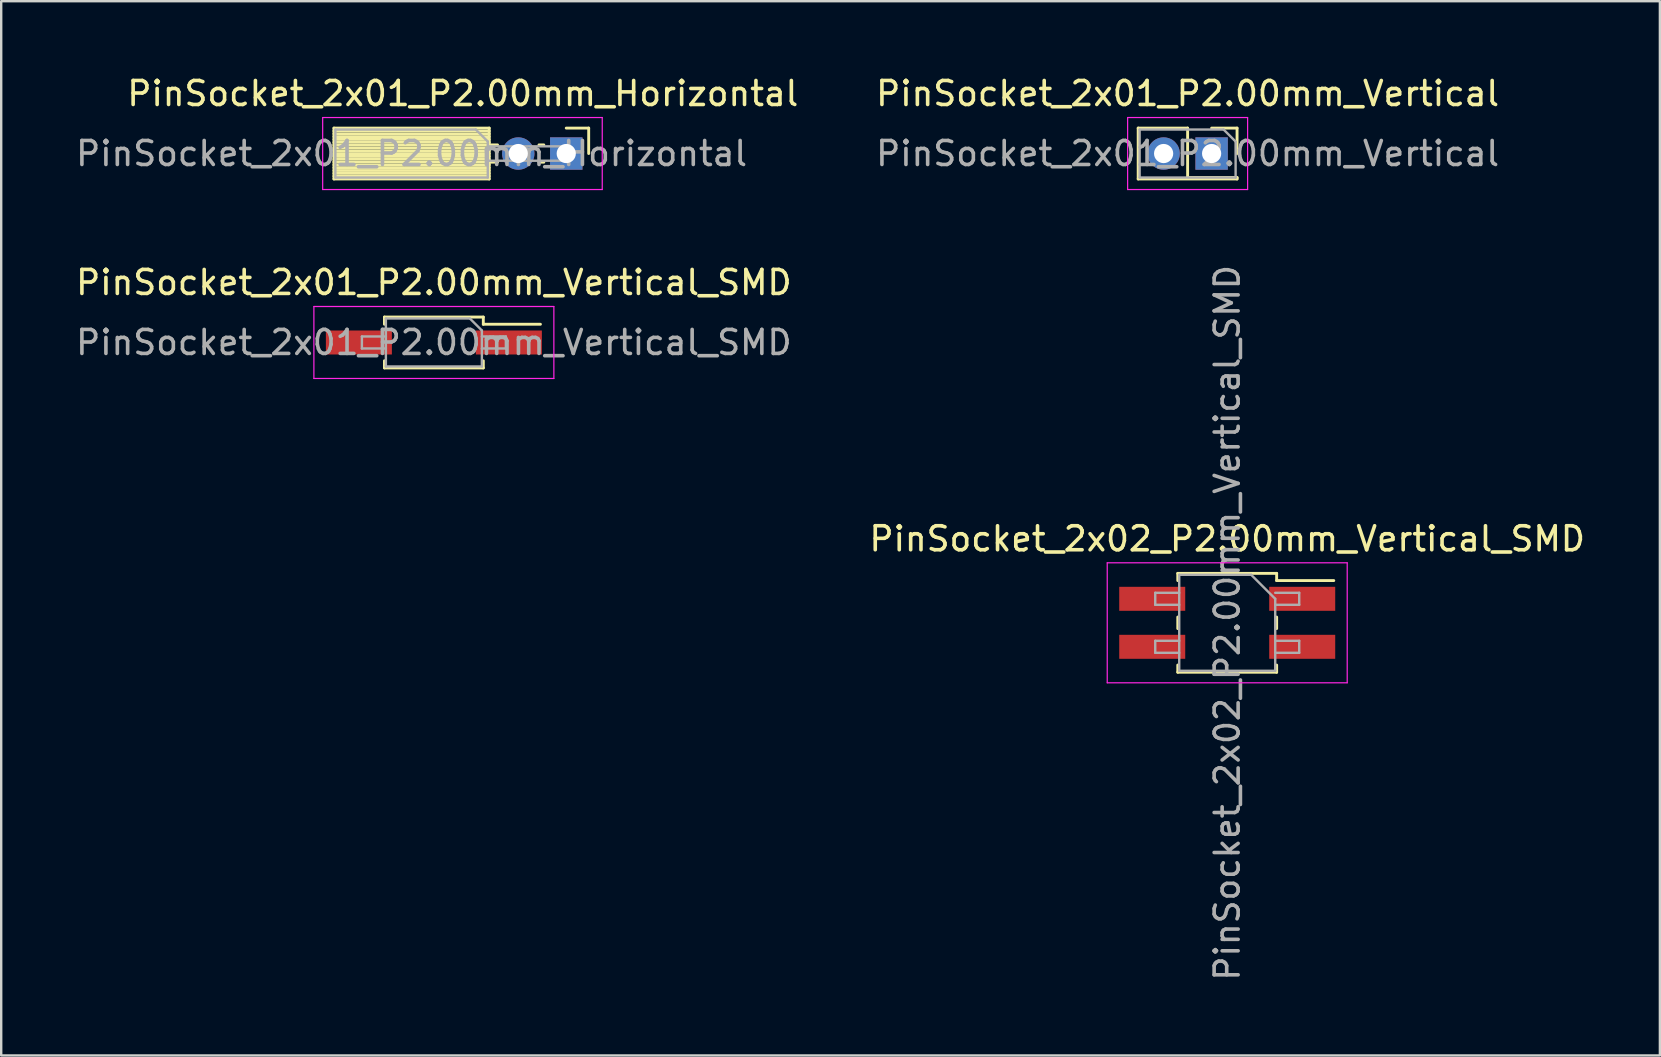
<source format=kicad_pcb>
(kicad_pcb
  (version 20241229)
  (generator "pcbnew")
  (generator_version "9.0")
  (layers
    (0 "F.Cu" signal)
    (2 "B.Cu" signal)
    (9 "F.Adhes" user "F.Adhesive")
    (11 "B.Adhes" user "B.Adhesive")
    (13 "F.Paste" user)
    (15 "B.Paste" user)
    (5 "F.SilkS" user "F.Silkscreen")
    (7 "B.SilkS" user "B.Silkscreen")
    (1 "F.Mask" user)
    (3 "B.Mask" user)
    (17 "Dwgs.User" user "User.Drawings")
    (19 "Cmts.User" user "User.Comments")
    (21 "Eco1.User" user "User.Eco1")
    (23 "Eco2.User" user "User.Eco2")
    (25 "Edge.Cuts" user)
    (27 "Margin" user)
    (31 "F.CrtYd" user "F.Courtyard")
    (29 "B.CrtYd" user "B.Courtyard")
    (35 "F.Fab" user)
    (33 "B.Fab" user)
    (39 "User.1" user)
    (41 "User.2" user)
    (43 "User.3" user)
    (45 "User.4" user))
  (footprint "PinSocket_2x01_P2.00mm_Vertical_SMD"
    (layer "F.Cu")
    (at 15.03 11.222)
    (property "Reference" "PinSocket_2x01_P2.00mm_Vertical_SMD" (at 0 -2.5 0) (layer "F.SilkS") (effects (font (size 1 1) (thickness 0.15))))
    (attr smd)
    (fp_line (start -2.06 -1.06) (end -2.06 -0.76) (stroke (width 0.12) (type solid)) (layer "F.SilkS"))
    (fp_line (start -2.06 -1.06) (end 2.06 -1.06) (stroke (width 0.12) (type solid)) (layer "F.SilkS"))
    (fp_line (start -2.06 0.76) (end -2.06 1.06) (stroke (width 0.12) (type solid)) (layer "F.SilkS"))
    (fp_line (start -2.06 1.06) (end 2.06 1.06) (stroke (width 0.12) (type solid)) (layer "F.SilkS"))
    (fp_line (start 2.06 -1.06) (end 2.06 -0.76) (stroke (width 0.12) (type solid)) (layer "F.SilkS"))
    (fp_line (start 2.06 -0.76) (end 4.44 -0.76) (stroke (width 0.12) (type solid)) (layer "F.SilkS"))
    (fp_line (start 2.06 0.76) (end 2.06 1.06) (stroke (width 0.12) (type solid)) (layer "F.SilkS"))
    (fp_line (start -5 -1.5) (end 5 -1.5) (stroke (width 0.05) (type solid)) (layer "F.CrtYd"))
    (fp_line (start -5 1.5) (end -5 -1.5) (stroke (width 0.05) (type solid)) (layer "F.CrtYd"))
    (fp_line (start 5 -1.5) (end 5 1.5) (stroke (width 0.05) (type solid)) (layer "F.CrtYd"))
    (fp_line (start 5 1.5) (end -5 1.5) (stroke (width 0.05) (type solid)) (layer "F.CrtYd"))
    (fp_line (start -3 -0.25) (end -2 -0.25) (stroke (width 0.1) (type solid)) (layer "F.Fab"))
    (fp_line (start -3 0.25) (end -3 -0.25) (stroke (width 0.1) (type solid)) (layer "F.Fab"))
    (fp_line (start -2 -1) (end 1.5 -1) (stroke (width 0.1) (type solid)) (layer "F.Fab"))
    (fp_line (start -2 0.25) (end -3 0.25) (stroke (width 0.1) (type solid)) (layer "F.Fab"))
    (fp_line (start -2 1) (end -2 -1) (stroke (width 0.1) (type solid)) (layer "F.Fab"))
    (fp_line (start 1.5 -1) (end 2 -0.5) (stroke (width 0.1) (type solid)) (layer "F.Fab"))
    (fp_line (start 2 -0.5) (end 2 1) (stroke (width 0.1) (type solid)) (layer "F.Fab"))
    (fp_line (start 2 -0.25) (end 3 -0.25) (stroke (width 0.1) (type solid)) (layer "F.Fab"))
    (fp_line (start 2 1) (end -2 1) (stroke (width 0.1) (type solid)) (layer "F.Fab"))
    (fp_line (start 3 -0.25) (end 3 0.25) (stroke (width 0.1) (type solid)) (layer "F.Fab"))
    (fp_line (start 3 0.25) (end 2 0.25) (stroke (width 0.1) (type solid)) (layer "F.Fab"))
    (fp_text user "${REFERENCE}" (at 0 0 0) (layer "F.Fab") (effects (font (size 1 1) (thickness 0.15))))
    (pad "1" smd rect (at 3.125 0) (size 2.75 1) (layers "F.Cu" "F.Mask" "F.Paste"))
    (pad "2" smd rect (at -3.125 0) (size 2.75 1) (layers "F.Cu" "F.Mask" "F.Paste")))
  (footprint "PinSocket_2x01_P2.00mm_Vertical"
    (layer "F.Cu")
    (at 47.439 3.348)
    (property "Reference" "PinSocket_2x01_P2.00mm_Vertical" (at -1 -2.5 0) (layer "F.SilkS") (effects (font (size 1 1) (thickness 0.15))))
    (attr through_hole)
    (fp_line (start -3.06 -1.06) (end -3.06 1.06) (stroke (width 0.12) (type solid)) (layer "F.SilkS"))
    (fp_line (start -3.06 -1.06) (end -1 -1.06) (stroke (width 0.12) (type solid)) (layer "F.SilkS"))
    (fp_line (start -3.06 1.06) (end 1.06 1.06) (stroke (width 0.12) (type solid)) (layer "F.SilkS"))
    (fp_line (start -1 -1.06) (end -1 1) (stroke (width 0.12) (type solid)) (layer "F.SilkS"))
    (fp_line (start -1 1) (end 1.06 1) (stroke (width 0.12) (type solid)) (layer "F.SilkS"))
    (fp_line (start 0 -1.06) (end 1.06 -1.06) (stroke (width 0.12) (type solid)) (layer "F.SilkS"))
    (fp_line (start 1.06 -1.06) (end 1.06 0) (stroke (width 0.12) (type solid)) (layer "F.SilkS"))
    (fp_line (start 1.06 1) (end 1.06 1.06) (stroke (width 0.12) (type solid)) (layer "F.SilkS"))
    (fp_line (start -3.5 -1.5) (end 1.5 -1.5) (stroke (width 0.05) (type solid)) (layer "F.CrtYd"))
    (fp_line (start -3.5 1.5) (end -3.5 -1.5) (stroke (width 0.05) (type solid)) (layer "F.CrtYd"))
    (fp_line (start 1.5 -1.5) (end 1.5 1.5) (stroke (width 0.05) (type solid)) (layer "F.CrtYd"))
    (fp_line (start 1.5 1.5) (end -3.5 1.5) (stroke (width 0.05) (type solid)) (layer "F.CrtYd"))
    (fp_line (start -3 -1) (end 0.5 -1) (stroke (width 0.1) (type solid)) (layer "F.Fab"))
    (fp_line (start -3 1) (end -3 -1) (stroke (width 0.1) (type solid)) (layer "F.Fab"))
    (fp_line (start 0.5 -1) (end 1 -0.5) (stroke (width 0.1) (type solid)) (layer "F.Fab"))
    (fp_line (start 1 -0.5) (end 1 1) (stroke (width 0.1) (type solid)) (layer "F.Fab"))
    (fp_line (start 1 1) (end -3 1) (stroke (width 0.1) (type solid)) (layer "F.Fab"))
    (fp_text user "${REFERENCE}" (at -1 0 0) (layer "F.Fab") (effects (font (size 1 1) (thickness 0.15))))
    (pad "1" thru_hole rect (at 0 0) (size 1.35 1.35) (drill 0.8) (layers "*.Cu" "*.Mask"))
    (pad "2" thru_hole oval (at -2 0) (size 1.35 1.35) (drill 0.8) (layers "*.Cu" "*.Mask")))
  (footprint "PinSocket_2x02_P2.00mm_Vertical_SMD"
    (layer "F.Cu")
    (at 48.089 22.903)
    (property "Reference" "PinSocket_2x02_P2.00mm_Vertical_SMD" (at 0 -3.5 0) (layer "F.SilkS") (effects (font (size 1 1) (thickness 0.15))))
    (attr smd)
    (fp_line (start -2.06 -2.06) (end -2.06 -1.76) (stroke (width 0.12) (type solid)) (layer "F.SilkS"))
    (fp_line (start -2.06 -2.06) (end 2.06 -2.06) (stroke (width 0.12) (type solid)) (layer "F.SilkS"))
    (fp_line (start -2.06 -0.24) (end -2.06 0.24) (stroke (width 0.12) (type solid)) (layer "F.SilkS"))
    (fp_line (start -2.06 1.76) (end -2.06 2.06) (stroke (width 0.12) (type solid)) (layer "F.SilkS"))
    (fp_line (start -2.06 2.06) (end 2.06 2.06) (stroke (width 0.12) (type solid)) (layer "F.SilkS"))
    (fp_line (start 2.06 -2.06) (end 2.06 -1.76) (stroke (width 0.12) (type solid)) (layer "F.SilkS"))
    (fp_line (start 2.06 -1.76) (end 4.44 -1.76) (stroke (width 0.12) (type solid)) (layer "F.SilkS"))
    (fp_line (start 2.06 -0.24) (end 2.06 0.24) (stroke (width 0.12) (type solid)) (layer "F.SilkS"))
    (fp_line (start 2.06 1.76) (end 2.06 2.06) (stroke (width 0.12) (type solid)) (layer "F.SilkS"))
    (fp_line (start -5 -2.5) (end 5 -2.5) (stroke (width 0.05) (type solid)) (layer "F.CrtYd"))
    (fp_line (start -5 2.5) (end -5 -2.5) (stroke (width 0.05) (type solid)) (layer "F.CrtYd"))
    (fp_line (start 5 -2.5) (end 5 2.5) (stroke (width 0.05) (type solid)) (layer "F.CrtYd"))
    (fp_line (start 5 2.5) (end -5 2.5) (stroke (width 0.05) (type solid)) (layer "F.CrtYd"))
    (fp_line (start -3 -1.25) (end -2 -1.25) (stroke (width 0.1) (type solid)) (layer "F.Fab"))
    (fp_line (start -3 -0.75) (end -3 -1.25) (stroke (width 0.1) (type solid)) (layer "F.Fab"))
    (fp_line (start -3 0.75) (end -2 0.75) (stroke (width 0.1) (type solid)) (layer "F.Fab"))
    (fp_line (start -3 1.25) (end -3 0.75) (stroke (width 0.1) (type solid)) (layer "F.Fab"))
    (fp_line (start -2 -2) (end 1 -2) (stroke (width 0.1) (type solid)) (layer "F.Fab"))
    (fp_line (start -2 -0.75) (end -3 -0.75) (stroke (width 0.1) (type solid)) (layer "F.Fab"))
    (fp_line (start -2 1.25) (end -3 1.25) (stroke (width 0.1) (type solid)) (layer "F.Fab"))
    (fp_line (start -2 2) (end -2 -2) (stroke (width 0.1) (type solid)) (layer "F.Fab"))
    (fp_line (start 1 -2) (end 2 -1) (stroke (width 0.1) (type solid)) (layer "F.Fab"))
    (fp_line (start 2 -1.25) (end 3 -1.25) (stroke (width 0.1) (type solid)) (layer "F.Fab"))
    (fp_line (start 2 -1) (end 2 2) (stroke (width 0.1) (type solid)) (layer "F.Fab"))
    (fp_line (start 2 0.75) (end 3 0.75) (stroke (width 0.1) (type solid)) (layer "F.Fab"))
    (fp_line (start 2 2) (end -2 2) (stroke (width 0.1) (type solid)) (layer "F.Fab"))
    (fp_line (start 3 -1.25) (end 3 -0.75) (stroke (width 0.1) (type solid)) (layer "F.Fab"))
    (fp_line (start 3 -0.75) (end 2 -0.75) (stroke (width 0.1) (type solid)) (layer "F.Fab"))
    (fp_line (start 3 0.75) (end 3 1.25) (stroke (width 0.1) (type solid)) (layer "F.Fab"))
    (fp_line (start 3 1.25) (end 2 1.25) (stroke (width 0.1) (type solid)) (layer "F.Fab"))
    (fp_text user "${REFERENCE}" (at 0 0 90) (layer "F.Fab") (effects (font (size 1 1) (thickness 0.15))))
    (pad "1" smd rect (at 3.125 -1) (size 2.75 1) (layers "F.Cu" "F.Mask" "F.Paste"))
    (pad "2" smd rect (at -3.125 -1) (size 2.75 1) (layers "F.Cu" "F.Mask" "F.Paste"))
    (pad "3" smd rect (at 3.125 1) (size 2.75 1) (layers "F.Cu" "F.Mask" "F.Paste"))
    (pad "4" smd rect (at -3.125 1) (size 2.75 1) (layers "F.Cu" "F.Mask" "F.Paste")))
  (footprint "PinSocket_2x01_P2.00mm_Horizontal"
    (layer "F.Cu")
    (at 20.546 3.348)
    (property "Reference" "PinSocket_2x01_P2.00mm_Horizontal" (at -4.31 -2.5 0) (layer "F.SilkS") (effects (font (size 1 1) (thickness 0.15))))
    (attr through_hole)
    (fp_line (start -9.68 -1.06) (end -9.68 1.06) (stroke (width 0.12) (type solid)) (layer "F.SilkS"))
    (fp_line (start -9.68 -1.06) (end -3.21 -1.06) (stroke (width 0.12) (type solid)) (layer "F.SilkS"))
    (fp_line (start -9.68 -0.94) (end -3.21 -0.94) (stroke (width 0.12) (type solid)) (layer "F.SilkS"))
    (fp_line (start -9.68 -0.822) (end -3.21 -0.822) (stroke (width 0.12) (type solid)) (layer "F.SilkS"))
    (fp_line (start -9.68 -0.705) (end -3.21 -0.705) (stroke (width 0.12) (type solid)) (layer "F.SilkS"))
    (fp_line (start -9.68 -0.587) (end -3.21 -0.587) (stroke (width 0.12) (type solid)) (layer "F.SilkS"))
    (fp_line (start -9.68 -0.469) (end -3.21 -0.469) (stroke (width 0.12) (type solid)) (layer "F.SilkS"))
    (fp_line (start -9.68 -0.352) (end -3.21 -0.352) (stroke (width 0.12) (type solid)) (layer "F.SilkS"))
    (fp_line (start -9.68 -0.234) (end -3.21 -0.234) (stroke (width 0.12) (type solid)) (layer "F.SilkS"))
    (fp_line (start -9.68 -0.116) (end -3.21 -0.116) (stroke (width 0.12) (type solid)) (layer "F.SilkS"))
    (fp_line (start -9.68 0.001) (end -3.21 0.001) (stroke (width 0.12) (type solid)) (layer "F.SilkS"))
    (fp_line (start -9.68 0.119) (end -3.21 0.119) (stroke (width 0.12) (type solid)) (layer "F.SilkS"))
    (fp_line (start -9.68 0.236) (end -3.21 0.236) (stroke (width 0.12) (type solid)) (layer "F.SilkS"))
    (fp_line (start -9.68 0.354) (end -3.21 0.354) (stroke (width 0.12) (type solid)) (layer "F.SilkS"))
    (fp_line (start -9.68 0.472) (end -3.21 0.472) (stroke (width 0.12) (type solid)) (layer "F.SilkS"))
    (fp_line (start -9.68 0.589) (end -3.21 0.589) (stroke (width 0.12) (type solid)) (layer "F.SilkS"))
    (fp_line (start -9.68 0.707) (end -3.21 0.707) (stroke (width 0.12) (type solid)) (layer "F.SilkS"))
    (fp_line (start -9.68 0.825) (end -3.21 0.825) (stroke (width 0.12) (type solid)) (layer "F.SilkS"))
    (fp_line (start -9.68 0.942) (end -3.21 0.942) (stroke (width 0.12) (type solid)) (layer "F.SilkS"))
    (fp_line (start -9.68 1.06) (end -3.21 1.06) (stroke (width 0.12) (type solid)) (layer "F.SilkS"))
    (fp_line (start -3.21 -1.06) (end -3.21 1.06) (stroke (width 0.12) (type solid)) (layer "F.SilkS"))
    (fp_line (start -3.21 -0.36) (end -2.863 -0.36) (stroke (width 0.12) (type solid)) (layer "F.SilkS"))
    (fp_line (start -3.21 0.36) (end -2.863 0.36) (stroke (width 0.12) (type solid)) (layer "F.SilkS"))
    (fp_line (start -1.137 -0.36) (end -0.935 -0.36) (stroke (width 0.12) (type solid)) (layer "F.SilkS"))
    (fp_line (start -1.137 0.36) (end -0.935 0.36) (stroke (width 0.12) (type solid)) (layer "F.SilkS"))
    (fp_line (start 0 -1.06) (end 0.935 -1.06) (stroke (width 0.12) (type solid)) (layer "F.SilkS"))
    (fp_line (start 0.935 -1.06) (end 0.935 0) (stroke (width 0.12) (type solid)) (layer "F.SilkS"))
    (fp_line (start -10.15 -1.5) (end -10.15 1.5) (stroke (width 0.05) (type solid)) (layer "F.CrtYd"))
    (fp_line (start -10.15 1.5) (end 1.5 1.5) (stroke (width 0.05) (type solid)) (layer "F.CrtYd"))
    (fp_line (start 1.5 -1.5) (end -10.15 -1.5) (stroke (width 0.05) (type solid)) (layer "F.CrtYd"))
    (fp_line (start 1.5 1.5) (end 1.5 -1.5) (stroke (width 0.05) (type solid)) (layer "F.CrtYd"))
    (fp_line (start -9.62 -1) (end -3.77 -1) (stroke (width 0.1) (type solid)) (layer "F.Fab"))
    (fp_line (start -9.62 1) (end -9.62 -1) (stroke (width 0.1) (type solid)) (layer "F.Fab"))
    (fp_line (start -3.77 -1) (end -3.27 -0.5) (stroke (width 0.1) (type solid)) (layer "F.Fab"))
    (fp_line (start -3.27 -0.5) (end -3.27 1) (stroke (width 0.1) (type solid)) (layer "F.Fab"))
    (fp_line (start -3.27 0.3) (end 0 0.3) (stroke (width 0.1) (type solid)) (layer "F.Fab"))
    (fp_line (start -3.27 1) (end -9.62 1) (stroke (width 0.1) (type solid)) (layer "F.Fab"))
    (fp_line (start 0 -0.3) (end -3.27 -0.3) (stroke (width 0.1) (type solid)) (layer "F.Fab"))
    (fp_line (start 0 0.3) (end 0 -0.3) (stroke (width 0.1) (type solid)) (layer "F.Fab"))
    (fp_text user "${REFERENCE}" (at -6.445 0 0) (layer "F.Fab") (effects (font (size 1 1) (thickness 0.15))))
    (pad "1" thru_hole rect (at 0 0) (size 1.35 1.35) (drill 0.8) (layers "*.Cu" "*.Mask"))
    (pad "2" thru_hole oval (at -2 0) (size 1.35 1.35) (drill 0.8) (layers "*.Cu" "*.Mask")))
  (gr_rect
    (start -3 -3)
    (end 66.119 40.933)
    (stroke (width 0.1) (type default))
    (fill no)
    (layer "Edge.Cuts")))
</source>
